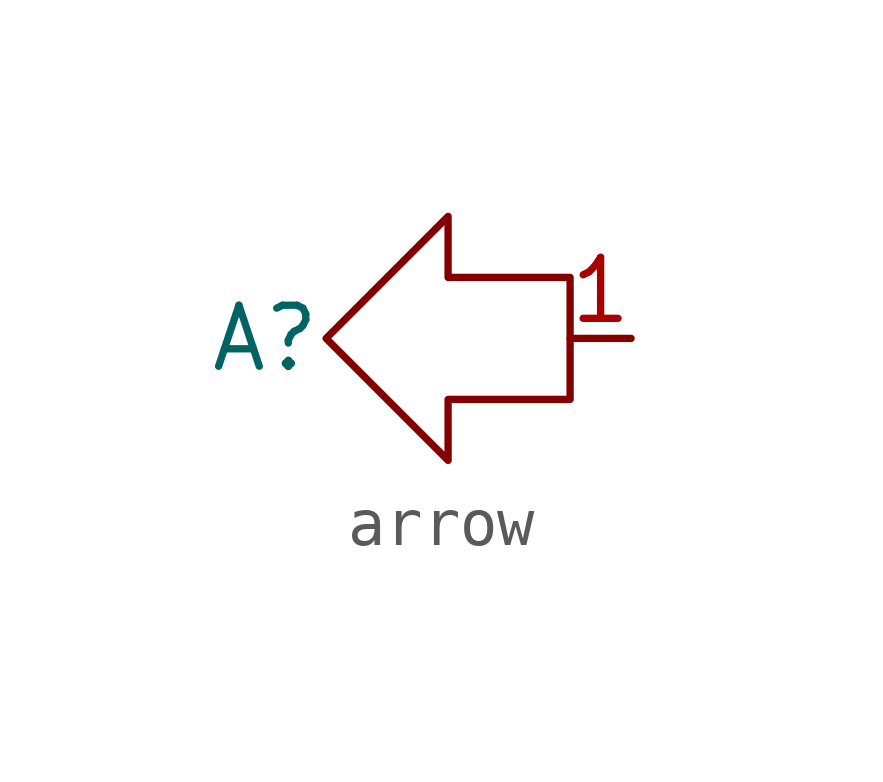
<source format=kicad_sym>
(kicad_symbol_lib
  (version 20211014)
  (generator kicad_symbol_editor)
  (symbol "arrow"
    (property "Reference" "A"
      (at -3.81 0 0)
      (effects (font (size 1.27 1.27))))
    (symbol "arrow_0_1"
      (polyline (pts (xy -2.54 0) (xy 0 -2.54) (xy 0 -1.27) (xy 2.54 -1.27) (xy 2.54 1.27) (xy 0 1.27) (xy 0 2.54) (xy -2.54 0)) (stroke (width 0) (type default) (color 0 0 0 0)) (fill (type none))))
    (symbol "arrow_1_1"
      (pin bidirectional line (at 3.81 0 180) (length 1.27) (name "1" (effects (font (size 0 0)))) (number "1" (effects (font (size 1.27 1.27))))))))
</source>
